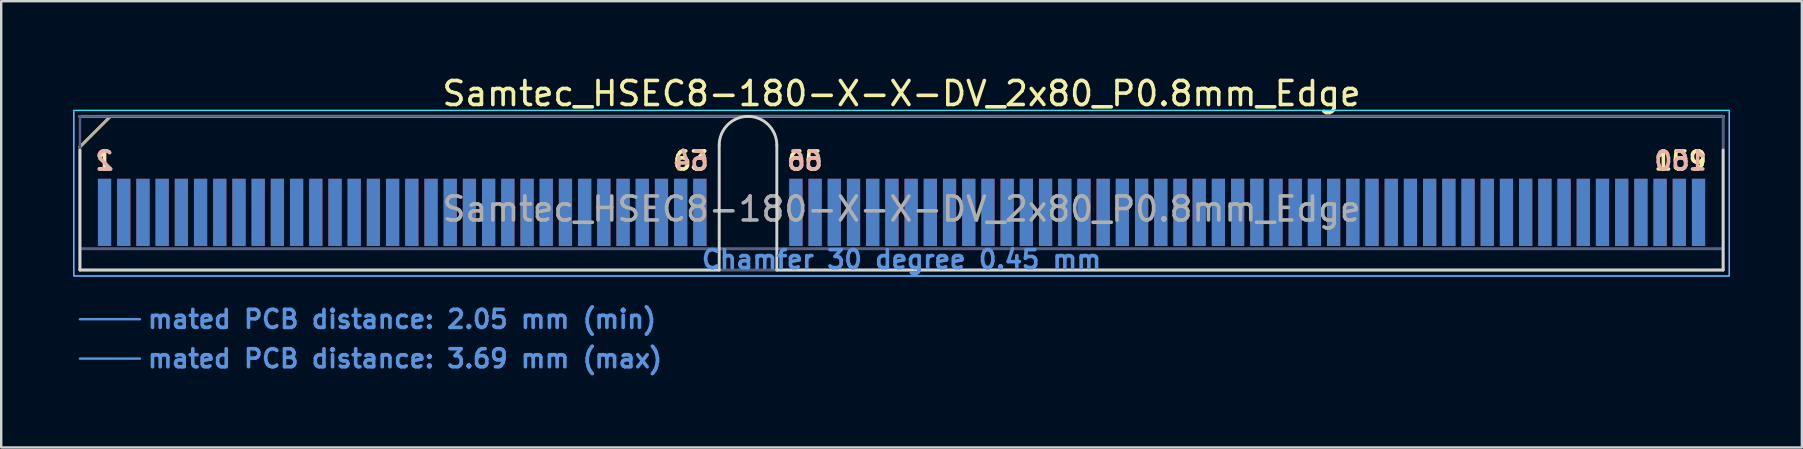
<source format=kicad_pcb>
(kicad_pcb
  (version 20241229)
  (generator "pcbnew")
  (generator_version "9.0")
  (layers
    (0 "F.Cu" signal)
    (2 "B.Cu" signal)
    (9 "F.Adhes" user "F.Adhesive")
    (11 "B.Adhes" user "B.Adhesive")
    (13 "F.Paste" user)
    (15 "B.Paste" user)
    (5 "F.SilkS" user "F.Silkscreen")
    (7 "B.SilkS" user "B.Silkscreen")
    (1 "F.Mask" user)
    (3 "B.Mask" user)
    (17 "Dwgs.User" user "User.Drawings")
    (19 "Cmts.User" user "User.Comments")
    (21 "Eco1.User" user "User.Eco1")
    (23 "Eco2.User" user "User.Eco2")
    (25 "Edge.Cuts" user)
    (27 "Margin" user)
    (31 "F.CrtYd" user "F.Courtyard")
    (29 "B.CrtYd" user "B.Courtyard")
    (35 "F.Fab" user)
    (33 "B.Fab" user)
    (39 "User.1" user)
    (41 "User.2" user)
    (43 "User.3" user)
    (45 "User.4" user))
  (footprint "Samtec_HSEC8-180-X-X-DV_2x80_P0.8mm_Edge"
    (layer "F.Cu")
    (at 34.505 8.198)
    (property "Reference" "Samtec_HSEC8-180-X-X-DV_2x80_P0.8mm_Edge" (at 0 -7.35 0) (layer "F.SilkS") (effects (font (size 1 1) (thickness 0.15))))
    (attr exclude_from_pos_files exclude_from_bom)
    (fp_line (start -34.225 -5.13) (end -32.955 -6.4) (stroke (width 0.12) (type solid)) (layer "F.SilkS"))
    (fp_line (start -32.955 -6.4) (end 34.225 -6.4) (stroke (width 0.12) (type solid)) (layer "F.SilkS"))
    (fp_line (start -34.225 -6.4) (end -34.225 -6.4) (stroke (width 0.12) (type solid)) (layer "B.SilkS"))
    (fp_line (start -34.225 -6.4) (end 34.225 -6.4) (stroke (width 0.12) (type solid)) (layer "B.SilkS"))
    (fp_line (start -34.225 2.05) (end -31.725 2.05) (stroke (width 0.1) (type solid)) (layer "Cmts.User"))
    (fp_line (start -34.225 3.69) (end -31.725 3.69) (stroke (width 0.1) (type solid)) (layer "Cmts.User"))
    (fp_line (start -34.225 -5) (end -34.225 0) (stroke (width 0.12) (type solid)) (layer "Edge.Cuts"))
    (fp_line (start -34.225 0) (end -7.595 0) (stroke (width 0.12) (type solid)) (layer "Edge.Cuts"))
    (fp_line (start -7.595 0) (end -7.595 -5.2) (stroke (width 0.12) (type solid)) (layer "Edge.Cuts"))
    (fp_line (start -5.195 -5.2) (end -5.195 0) (stroke (width 0.12) (type solid)) (layer "Edge.Cuts"))
    (fp_line (start -5.195 0) (end 34.225 0) (stroke (width 0.12) (type solid)) (layer "Edge.Cuts"))
    (fp_line (start 34.225 0) (end 34.225 -5) (stroke (width 0.12) (type solid)) (layer "Edge.Cuts"))
    (fp_arc (start -7.595 -5.2) (mid -6.395 -6.4) (end -5.195 -5.2) (stroke (width 0.12) (type solid)) (layer "Edge.Cuts"))
    (fp_rect (start -34.48 -6.65) (end 34.48 0.25) (stroke (width 0.05) (type solid)) (fill no) (layer "B.CrtYd"))
    (fp_rect (start -34.48 -6.65) (end 34.48 0.25) (stroke (width 0.05) (type solid)) (fill no) (layer "F.CrtYd"))
    (fp_line (start -34.225 -6.4) (end -34.225 -6.4) (stroke (width 0.1) (type solid)) (layer "B.Fab"))
    (fp_line (start -34.225 -6.4) (end -34.225 0) (stroke (width 0.1) (type solid)) (layer "B.Fab"))
    (fp_line (start -34.225 -6.4) (end 34.225 -6.4) (stroke (width 0.1) (type solid)) (layer "B.Fab"))
    (fp_line (start -34.225 -0.88) (end 34.225 -0.88) (stroke (width 0.1) (type solid)) (layer "B.Fab"))
    (fp_line (start -34.225 0) (end 34.225 0) (stroke (width 0.1) (type solid)) (layer "B.Fab"))
    (fp_line (start 34.225 -6.4) (end 34.225 0) (stroke (width 0.1) (type solid)) (layer "B.Fab"))
    (fp_line (start -34.225 -5.13) (end -34.225 0) (stroke (width 0.1) (type solid)) (layer "F.Fab"))
    (fp_line (start -34.225 -5.13) (end -32.955 -6.4) (stroke (width 0.1) (type solid)) (layer "F.Fab"))
    (fp_line (start -34.225 -0.88) (end 34.225 -0.88) (stroke (width 0.1) (type solid)) (layer "F.Fab"))
    (fp_line (start -34.225 0) (end 34.225 0) (stroke (width 0.1) (type solid)) (layer "F.Fab"))
    (fp_line (start -32.955 -6.4) (end 34.225 -6.4) (stroke (width 0.1) (type solid)) (layer "F.Fab"))
    (fp_line (start 34.225 -6.4) (end 34.225 0) (stroke (width 0.1) (type solid)) (layer "F.Fab"))
    (fp_text user "63" (at -8.775 -4.55 0) (layer "F.SilkS") (effects (font (size 0.75 0.75) (thickness 0.15))))
    (fp_text user "159" (at 32.45 -4.55 0) (layer "F.SilkS") (effects (font (size 0.75 0.75) (thickness 0.15))))
    (fp_text user "1" (at -33.2 -4.55 0) (layer "F.SilkS") (effects (font (size 0.75 0.75) (thickness 0.15))))
    (fp_text user "65" (at -4.025 -4.55 0) (layer "F.SilkS") (effects (font (size 0.75 0.75) (thickness 0.15))))
    (fp_text user "66" (at -4.025 -4.55 0) (layer "B.SilkS") (effects (font (size 0.75 0.75) (thickness 0.15)) (justify mirror)))
    (fp_text user "64" (at -8.775 -4.55 0) (layer "B.SilkS") (effects (font (size 0.75 0.75) (thickness 0.15)) (justify mirror)))
    (fp_text user "2" (at -33.2 -4.55 0) (layer "B.SilkS") (effects (font (size 0.75 0.75) (thickness 0.15)) (justify mirror)))
    (fp_text user "160" (at 32.45 -4.55 0) (layer "B.SilkS") (effects (font (size 0.75 0.75) (thickness 0.15)) (justify mirror)))
    (fp_text user "Chamfer 30 degree 0.45 mm" (at 0 -0.44 0) (layer "Cmts.User") (effects (font (size 0.75 0.75) (thickness 0.15))))
    (fp_text user "mated PCB distance: 3.69 mm (max)" (at -31.48 3.69 0) (layer "Cmts.User") (effects (font (size 0.75 0.75) (thickness 0.15)) (justify left)))
    (fp_text user "mated PCB distance: 2.05 mm (min)" (at -31.48 2.05 0) (layer "Cmts.User") (effects (font (size 0.75 0.75) (thickness 0.15)) (justify left)))
    (fp_text user "${REFERENCE}" (at 0 -2.54 0) (layer "F.Fab") (effects (font (size 1 1) (thickness 0.15))))
    (pad "1" connect rect (at -33.2 -2.4) (size 0.55 2.8) (layers "F.Cu" "F.Mask"))
    (pad "2" connect rect (at -33.2 -2.4) (size 0.55 2.8) (layers "B.Cu" "B.Mask"))
    (pad "3" connect rect (at -32.4 -2.4) (size 0.55 2.8) (layers "F.Cu" "F.Mask"))
    (pad "4" connect rect (at -32.4 -2.4) (size 0.55 2.8) (layers "B.Cu" "B.Mask"))
    (pad "5" connect rect (at -31.6 -2.4) (size 0.55 2.8) (layers "F.Cu" "F.Mask"))
    (pad "6" connect rect (at -31.6 -2.4) (size 0.55 2.8) (layers "B.Cu" "B.Mask"))
    (pad "7" connect rect (at -30.8 -2.4) (size 0.55 2.8) (layers "F.Cu" "F.Mask"))
    (pad "8" connect rect (at -30.8 -2.4) (size 0.55 2.8) (layers "B.Cu" "B.Mask"))
    (pad "9" connect rect (at -30 -2.4) (size 0.55 2.8) (layers "F.Cu" "F.Mask"))
    (pad "10" connect rect (at -30 -2.4) (size 0.55 2.8) (layers "B.Cu" "B.Mask"))
    (pad "11" connect rect (at -29.2 -2.4) (size 0.55 2.8) (layers "F.Cu" "F.Mask"))
    (pad "12" connect rect (at -29.2 -2.4) (size 0.55 2.8) (layers "B.Cu" "B.Mask"))
    (pad "13" connect rect (at -28.4 -2.4) (size 0.55 2.8) (layers "F.Cu" "F.Mask"))
    (pad "14" connect rect (at -28.4 -2.4) (size 0.55 2.8) (layers "B.Cu" "B.Mask"))
    (pad "15" connect rect (at -27.6 -2.4) (size 0.55 2.8) (layers "F.Cu" "F.Mask"))
    (pad "16" connect rect (at -27.6 -2.4) (size 0.55 2.8) (layers "B.Cu" "B.Mask"))
    (pad "17" connect rect (at -26.8 -2.4) (size 0.55 2.8) (layers "F.Cu" "F.Mask"))
    (pad "18" connect rect (at -26.8 -2.4) (size 0.55 2.8) (layers "B.Cu" "B.Mask"))
    (pad "19" connect rect (at -26 -2.4) (size 0.55 2.8) (layers "F.Cu" "F.Mask"))
    (pad "20" connect rect (at -26 -2.4) (size 0.55 2.8) (layers "B.Cu" "B.Mask"))
    (pad "21" connect rect (at -25.2 -2.4) (size 0.55 2.8) (layers "F.Cu" "F.Mask"))
    (pad "22" connect rect (at -25.2 -2.4) (size 0.55 2.8) (layers "B.Cu" "B.Mask"))
    (pad "23" connect rect (at -24.4 -2.4) (size 0.55 2.8) (layers "F.Cu" "F.Mask"))
    (pad "24" connect rect (at -24.4 -2.4) (size 0.55 2.8) (layers "B.Cu" "B.Mask"))
    (pad "25" connect rect (at -23.6 -2.4) (size 0.55 2.8) (layers "F.Cu" "F.Mask"))
    (pad "26" connect rect (at -23.6 -2.4) (size 0.55 2.8) (layers "B.Cu" "B.Mask"))
    (pad "27" connect rect (at -22.8 -2.4) (size 0.55 2.8) (layers "F.Cu" "F.Mask"))
    (pad "28" connect rect (at -22.8 -2.4) (size 0.55 2.8) (layers "B.Cu" "B.Mask"))
    (pad "29" connect rect (at -22 -2.4) (size 0.55 2.8) (layers "F.Cu" "F.Mask"))
    (pad "30" connect rect (at -22 -2.4) (size 0.55 2.8) (layers "B.Cu" "B.Mask"))
    (pad "31" connect rect (at -21.2 -2.4) (size 0.55 2.8) (layers "F.Cu" "F.Mask"))
    (pad "32" connect rect (at -21.2 -2.4) (size 0.55 2.8) (layers "B.Cu" "B.Mask"))
    (pad "33" connect rect (at -20.4 -2.4) (size 0.55 2.8) (layers "F.Cu" "F.Mask"))
    (pad "34" connect rect (at -20.4 -2.4) (size 0.55 2.8) (layers "B.Cu" "B.Mask"))
    (pad "35" connect rect (at -19.6 -2.4) (size 0.55 2.8) (layers "F.Cu" "F.Mask"))
    (pad "36" connect rect (at -19.6 -2.4) (size 0.55 2.8) (layers "B.Cu" "B.Mask"))
    (pad "37" connect rect (at -18.8 -2.4) (size 0.55 2.8) (layers "F.Cu" "F.Mask"))
    (pad "38" connect rect (at -18.8 -2.4) (size 0.55 2.8) (layers "B.Cu" "B.Mask"))
    (pad "39" connect rect (at -18 -2.4) (size 0.55 2.8) (layers "F.Cu" "F.Mask"))
    (pad "40" connect rect (at -18 -2.4) (size 0.55 2.8) (layers "B.Cu" "B.Mask"))
    (pad "41" connect rect (at -17.2 -2.4) (size 0.55 2.8) (layers "F.Cu" "F.Mask"))
    (pad "42" connect rect (at -17.2 -2.4) (size 0.55 2.8) (layers "B.Cu" "B.Mask"))
    (pad "43" connect rect (at -16.4 -2.4) (size 0.55 2.8) (layers "F.Cu" "F.Mask"))
    (pad "44" connect rect (at -16.4 -2.4) (size 0.55 2.8) (layers "B.Cu" "B.Mask"))
    (pad "45" connect rect (at -15.6 -2.4) (size 0.55 2.8) (layers "F.Cu" "F.Mask"))
    (pad "46" connect rect (at -15.6 -2.4) (size 0.55 2.8) (layers "B.Cu" "B.Mask"))
    (pad "47" connect rect (at -14.8 -2.4) (size 0.55 2.8) (layers "F.Cu" "F.Mask"))
    (pad "48" connect rect (at -14.8 -2.4) (size 0.55 2.8) (layers "B.Cu" "B.Mask"))
    (pad "49" connect rect (at -14 -2.4) (size 0.55 2.8) (layers "F.Cu" "F.Mask"))
    (pad "50" connect rect (at -14 -2.4) (size 0.55 2.8) (layers "B.Cu" "B.Mask"))
    (pad "51" connect rect (at -13.2 -2.4) (size 0.55 2.8) (layers "F.Cu" "F.Mask"))
    (pad "52" connect rect (at -13.2 -2.4) (size 0.55 2.8) (layers "B.Cu" "B.Mask"))
    (pad "53" connect rect (at -12.4 -2.4) (size 0.55 2.8) (layers "F.Cu" "F.Mask"))
    (pad "54" connect rect (at -12.4 -2.4) (size 0.55 2.8) (layers "B.Cu" "B.Mask"))
    (pad "55" connect rect (at -11.6 -2.4) (size 0.55 2.8) (layers "F.Cu" "F.Mask"))
    (pad "56" connect rect (at -11.6 -2.4) (size 0.55 2.8) (layers "B.Cu" "B.Mask"))
    (pad "57" connect rect (at -10.8 -2.4) (size 0.55 2.8) (layers "F.Cu" "F.Mask"))
    (pad "58" connect rect (at -10.8 -2.4) (size 0.55 2.8) (layers "B.Cu" "B.Mask"))
    (pad "59" connect rect (at -10 -2.4) (size 0.55 2.8) (layers "F.Cu" "F.Mask"))
    (pad "60" connect rect (at -10 -2.4) (size 0.55 2.8) (layers "B.Cu" "B.Mask"))
    (pad "61" connect rect (at -9.2 -2.4) (size 0.55 2.8) (layers "F.Cu" "F.Mask"))
    (pad "62" connect rect (at -9.2 -2.4) (size 0.55 2.8) (layers "B.Cu" "B.Mask"))
    (pad "63" connect rect (at -8.4 -2.4) (size 0.55 2.8) (layers "F.Cu" "F.Mask"))
    (pad "64" connect rect (at -8.4 -2.4) (size 0.55 2.8) (layers "B.Cu" "B.Mask"))
    (pad "65" connect rect (at -4.4 -2.4) (size 0.55 2.8) (layers "F.Cu" "F.Mask"))
    (pad "66" connect rect (at -4.4 -2.4) (size 0.55 2.8) (layers "B.Cu" "B.Mask"))
    (pad "67" connect rect (at -3.6 -2.4) (size 0.55 2.8) (layers "F.Cu" "F.Mask"))
    (pad "68" connect rect (at -3.6 -2.4) (size 0.55 2.8) (layers "B.Cu" "B.Mask"))
    (pad "69" connect rect (at -2.8 -2.4) (size 0.55 2.8) (layers "F.Cu" "F.Mask"))
    (pad "70" connect rect (at -2.8 -2.4) (size 0.55 2.8) (layers "B.Cu" "B.Mask"))
    (pad "71" connect rect (at -2 -2.4) (size 0.55 2.8) (layers "F.Cu" "F.Mask"))
    (pad "72" connect rect (at -2 -2.4) (size 0.55 2.8) (layers "B.Cu" "B.Mask"))
    (pad "73" connect rect (at -1.2 -2.4) (size 0.55 2.8) (layers "F.Cu" "F.Mask"))
    (pad "74" connect rect (at -1.2 -2.4) (size 0.55 2.8) (layers "B.Cu" "B.Mask"))
    (pad "75" connect rect (at -0.4 -2.4) (size 0.55 2.8) (layers "F.Cu" "F.Mask"))
    (pad "76" connect rect (at -0.4 -2.4) (size 0.55 2.8) (layers "B.Cu" "B.Mask"))
    (pad "77" connect rect (at 0.4 -2.4) (size 0.55 2.8) (layers "F.Cu" "F.Mask"))
    (pad "78" connect rect (at 0.4 -2.4) (size 0.55 2.8) (layers "B.Cu" "B.Mask"))
    (pad "79" connect rect (at 1.2 -2.4) (size 0.55 2.8) (layers "F.Cu" "F.Mask"))
    (pad "80" connect rect (at 1.2 -2.4) (size 0.55 2.8) (layers "B.Cu" "B.Mask"))
    (pad "81" connect rect (at 2 -2.4) (size 0.55 2.8) (layers "F.Cu" "F.Mask"))
    (pad "82" connect rect (at 2 -2.4) (size 0.55 2.8) (layers "B.Cu" "B.Mask"))
    (pad "83" connect rect (at 2.8 -2.4) (size 0.55 2.8) (layers "F.Cu" "F.Mask"))
    (pad "84" connect rect (at 2.8 -2.4) (size 0.55 2.8) (layers "B.Cu" "B.Mask"))
    (pad "85" connect rect (at 3.6 -2.4) (size 0.55 2.8) (layers "F.Cu" "F.Mask"))
    (pad "86" connect rect (at 3.6 -2.4) (size 0.55 2.8) (layers "B.Cu" "B.Mask"))
    (pad "87" connect rect (at 4.4 -2.4) (size 0.55 2.8) (layers "F.Cu" "F.Mask"))
    (pad "88" connect rect (at 4.4 -2.4) (size 0.55 2.8) (layers "B.Cu" "B.Mask"))
    (pad "89" connect rect (at 5.2 -2.4) (size 0.55 2.8) (layers "F.Cu" "F.Mask"))
    (pad "90" connect rect (at 5.2 -2.4) (size 0.55 2.8) (layers "B.Cu" "B.Mask"))
    (pad "91" connect rect (at 6 -2.4) (size 0.55 2.8) (layers "F.Cu" "F.Mask"))
    (pad "92" connect rect (at 6 -2.4) (size 0.55 2.8) (layers "B.Cu" "B.Mask"))
    (pad "93" connect rect (at 6.8 -2.4) (size 0.55 2.8) (layers "F.Cu" "F.Mask"))
    (pad "94" connect rect (at 6.8 -2.4) (size 0.55 2.8) (layers "B.Cu" "B.Mask"))
    (pad "95" connect rect (at 7.6 -2.4) (size 0.55 2.8) (layers "F.Cu" "F.Mask"))
    (pad "96" connect rect (at 7.6 -2.4) (size 0.55 2.8) (layers "B.Cu" "B.Mask"))
    (pad "97" connect rect (at 8.4 -2.4) (size 0.55 2.8) (layers "F.Cu" "F.Mask"))
    (pad "98" connect rect (at 8.4 -2.4) (size 0.55 2.8) (layers "B.Cu" "B.Mask"))
    (pad "99" connect rect (at 9.2 -2.4) (size 0.55 2.8) (layers "F.Cu" "F.Mask"))
    (pad "100" connect rect (at 9.2 -2.4) (size 0.55 2.8) (layers "B.Cu" "B.Mask"))
    (pad "101" connect rect (at 10 -2.4) (size 0.55 2.8) (layers "F.Cu" "F.Mask"))
    (pad "102" connect rect (at 10 -2.4) (size 0.55 2.8) (layers "B.Cu" "B.Mask"))
    (pad "103" connect rect (at 10.8 -2.4) (size 0.55 2.8) (layers "F.Cu" "F.Mask"))
    (pad "104" connect rect (at 10.8 -2.4) (size 0.55 2.8) (layers "B.Cu" "B.Mask"))
    (pad "105" connect rect (at 11.6 -2.4) (size 0.55 2.8) (layers "F.Cu" "F.Mask"))
    (pad "106" connect rect (at 11.6 -2.4) (size 0.55 2.8) (layers "B.Cu" "B.Mask"))
    (pad "107" connect rect (at 12.4 -2.4) (size 0.55 2.8) (layers "F.Cu" "F.Mask"))
    (pad "108" connect rect (at 12.4 -2.4) (size 0.55 2.8) (layers "B.Cu" "B.Mask"))
    (pad "109" connect rect (at 13.2 -2.4) (size 0.55 2.8) (layers "F.Cu" "F.Mask"))
    (pad "110" connect rect (at 13.2 -2.4) (size 0.55 2.8) (layers "B.Cu" "B.Mask"))
    (pad "111" connect rect (at 14 -2.4) (size 0.55 2.8) (layers "F.Cu" "F.Mask"))
    (pad "112" connect rect (at 14 -2.4) (size 0.55 2.8) (layers "B.Cu" "B.Mask"))
    (pad "113" connect rect (at 14.8 -2.4) (size 0.55 2.8) (layers "F.Cu" "F.Mask"))
    (pad "114" connect rect (at 14.8 -2.4) (size 0.55 2.8) (layers "B.Cu" "B.Mask"))
    (pad "115" connect rect (at 15.6 -2.4) (size 0.55 2.8) (layers "F.Cu" "F.Mask"))
    (pad "116" connect rect (at 15.6 -2.4) (size 0.55 2.8) (layers "B.Cu" "B.Mask"))
    (pad "117" connect rect (at 16.4 -2.4) (size 0.55 2.8) (layers "F.Cu" "F.Mask"))
    (pad "118" connect rect (at 16.4 -2.4) (size 0.55 2.8) (layers "B.Cu" "B.Mask"))
    (pad "119" connect rect (at 17.2 -2.4) (size 0.55 2.8) (layers "F.Cu" "F.Mask"))
    (pad "120" connect rect (at 17.2 -2.4) (size 0.55 2.8) (layers "B.Cu" "B.Mask"))
    (pad "121" connect rect (at 18 -2.4) (size 0.55 2.8) (layers "F.Cu" "F.Mask"))
    (pad "122" connect rect (at 18 -2.4) (size 0.55 2.8) (layers "B.Cu" "B.Mask"))
    (pad "123" connect rect (at 18.8 -2.4) (size 0.55 2.8) (layers "F.Cu" "F.Mask"))
    (pad "124" connect rect (at 18.8 -2.4) (size 0.55 2.8) (layers "B.Cu" "B.Mask"))
    (pad "125" connect rect (at 19.6 -2.4) (size 0.55 2.8) (layers "F.Cu" "F.Mask"))
    (pad "126" connect rect (at 19.6 -2.4) (size 0.55 2.8) (layers "B.Cu" "B.Mask"))
    (pad "127" connect rect (at 20.4 -2.4) (size 0.55 2.8) (layers "F.Cu" "F.Mask"))
    (pad "128" connect rect (at 20.4 -2.4) (size 0.55 2.8) (layers "B.Cu" "B.Mask"))
    (pad "129" connect rect (at 21.2 -2.4) (size 0.55 2.8) (layers "F.Cu" "F.Mask"))
    (pad "130" connect rect (at 21.2 -2.4) (size 0.55 2.8) (layers "B.Cu" "B.Mask"))
    (pad "131" connect rect (at 22 -2.4) (size 0.55 2.8) (layers "F.Cu" "F.Mask"))
    (pad "132" connect rect (at 22 -2.4) (size 0.55 2.8) (layers "B.Cu" "B.Mask"))
    (pad "133" connect rect (at 22.8 -2.4) (size 0.55 2.8) (layers "F.Cu" "F.Mask"))
    (pad "134" connect rect (at 22.8 -2.4) (size 0.55 2.8) (layers "B.Cu" "B.Mask"))
    (pad "135" connect rect (at 23.6 -2.4) (size 0.55 2.8) (layers "F.Cu" "F.Mask"))
    (pad "136" connect rect (at 23.6 -2.4) (size 0.55 2.8) (layers "B.Cu" "B.Mask"))
    (pad "137" connect rect (at 24.4 -2.4) (size 0.55 2.8) (layers "F.Cu" "F.Mask"))
    (pad "138" connect rect (at 24.4 -2.4) (size 0.55 2.8) (layers "B.Cu" "B.Mask"))
    (pad "139" connect rect (at 25.2 -2.4) (size 0.55 2.8) (layers "F.Cu" "F.Mask"))
    (pad "140" connect rect (at 25.2 -2.4) (size 0.55 2.8) (layers "B.Cu" "B.Mask"))
    (pad "141" connect rect (at 26 -2.4) (size 0.55 2.8) (layers "F.Cu" "F.Mask"))
    (pad "142" connect rect (at 26 -2.4) (size 0.55 2.8) (layers "B.Cu" "B.Mask"))
    (pad "143" connect rect (at 26.8 -2.4) (size 0.55 2.8) (layers "F.Cu" "F.Mask"))
    (pad "144" connect rect (at 26.8 -2.4) (size 0.55 2.8) (layers "B.Cu" "B.Mask"))
    (pad "145" connect rect (at 27.6 -2.4) (size 0.55 2.8) (layers "F.Cu" "F.Mask"))
    (pad "146" connect rect (at 27.6 -2.4) (size 0.55 2.8) (layers "B.Cu" "B.Mask"))
    (pad "147" connect rect (at 28.4 -2.4) (size 0.55 2.8) (layers "F.Cu" "F.Mask"))
    (pad "148" connect rect (at 28.4 -2.4) (size 0.55 2.8) (layers "B.Cu" "B.Mask"))
    (pad "149" connect rect (at 29.2 -2.4) (size 0.55 2.8) (layers "F.Cu" "F.Mask"))
    (pad "150" connect rect (at 29.2 -2.4) (size 0.55 2.8) (layers "B.Cu" "B.Mask"))
    (pad "151" connect rect (at 30 -2.4) (size 0.55 2.8) (layers "F.Cu" "F.Mask"))
    (pad "152" connect rect (at 30 -2.4) (size 0.55 2.8) (layers "B.Cu" "B.Mask"))
    (pad "153" connect rect (at 30.8 -2.4) (size 0.55 2.8) (layers "F.Cu" "F.Mask"))
    (pad "154" connect rect (at 30.8 -2.4) (size 0.55 2.8) (layers "B.Cu" "B.Mask"))
    (pad "155" connect rect (at 31.6 -2.4) (size 0.55 2.8) (layers "F.Cu" "F.Mask"))
    (pad "156" connect rect (at 31.6 -2.4) (size 0.55 2.8) (layers "B.Cu" "B.Mask"))
    (pad "157" connect rect (at 32.4 -2.4) (size 0.55 2.8) (layers "F.Cu" "F.Mask"))
    (pad "158" connect rect (at 32.4 -2.4) (size 0.55 2.8) (layers "B.Cu" "B.Mask"))
    (pad "159" connect rect (at 33.2 -2.4) (size 0.55 2.8) (layers "F.Cu" "F.Mask"))
    (pad "160" connect rect (at 33.2 -2.4) (size 0.55 2.8) (layers "B.Cu" "B.Mask")))
  (gr_rect
    (start -3 -3)
    (end 72.01 15.59)
    (stroke (width 0.1) (type default))
    (fill no)
    (layer "Edge.Cuts")))
</source>
